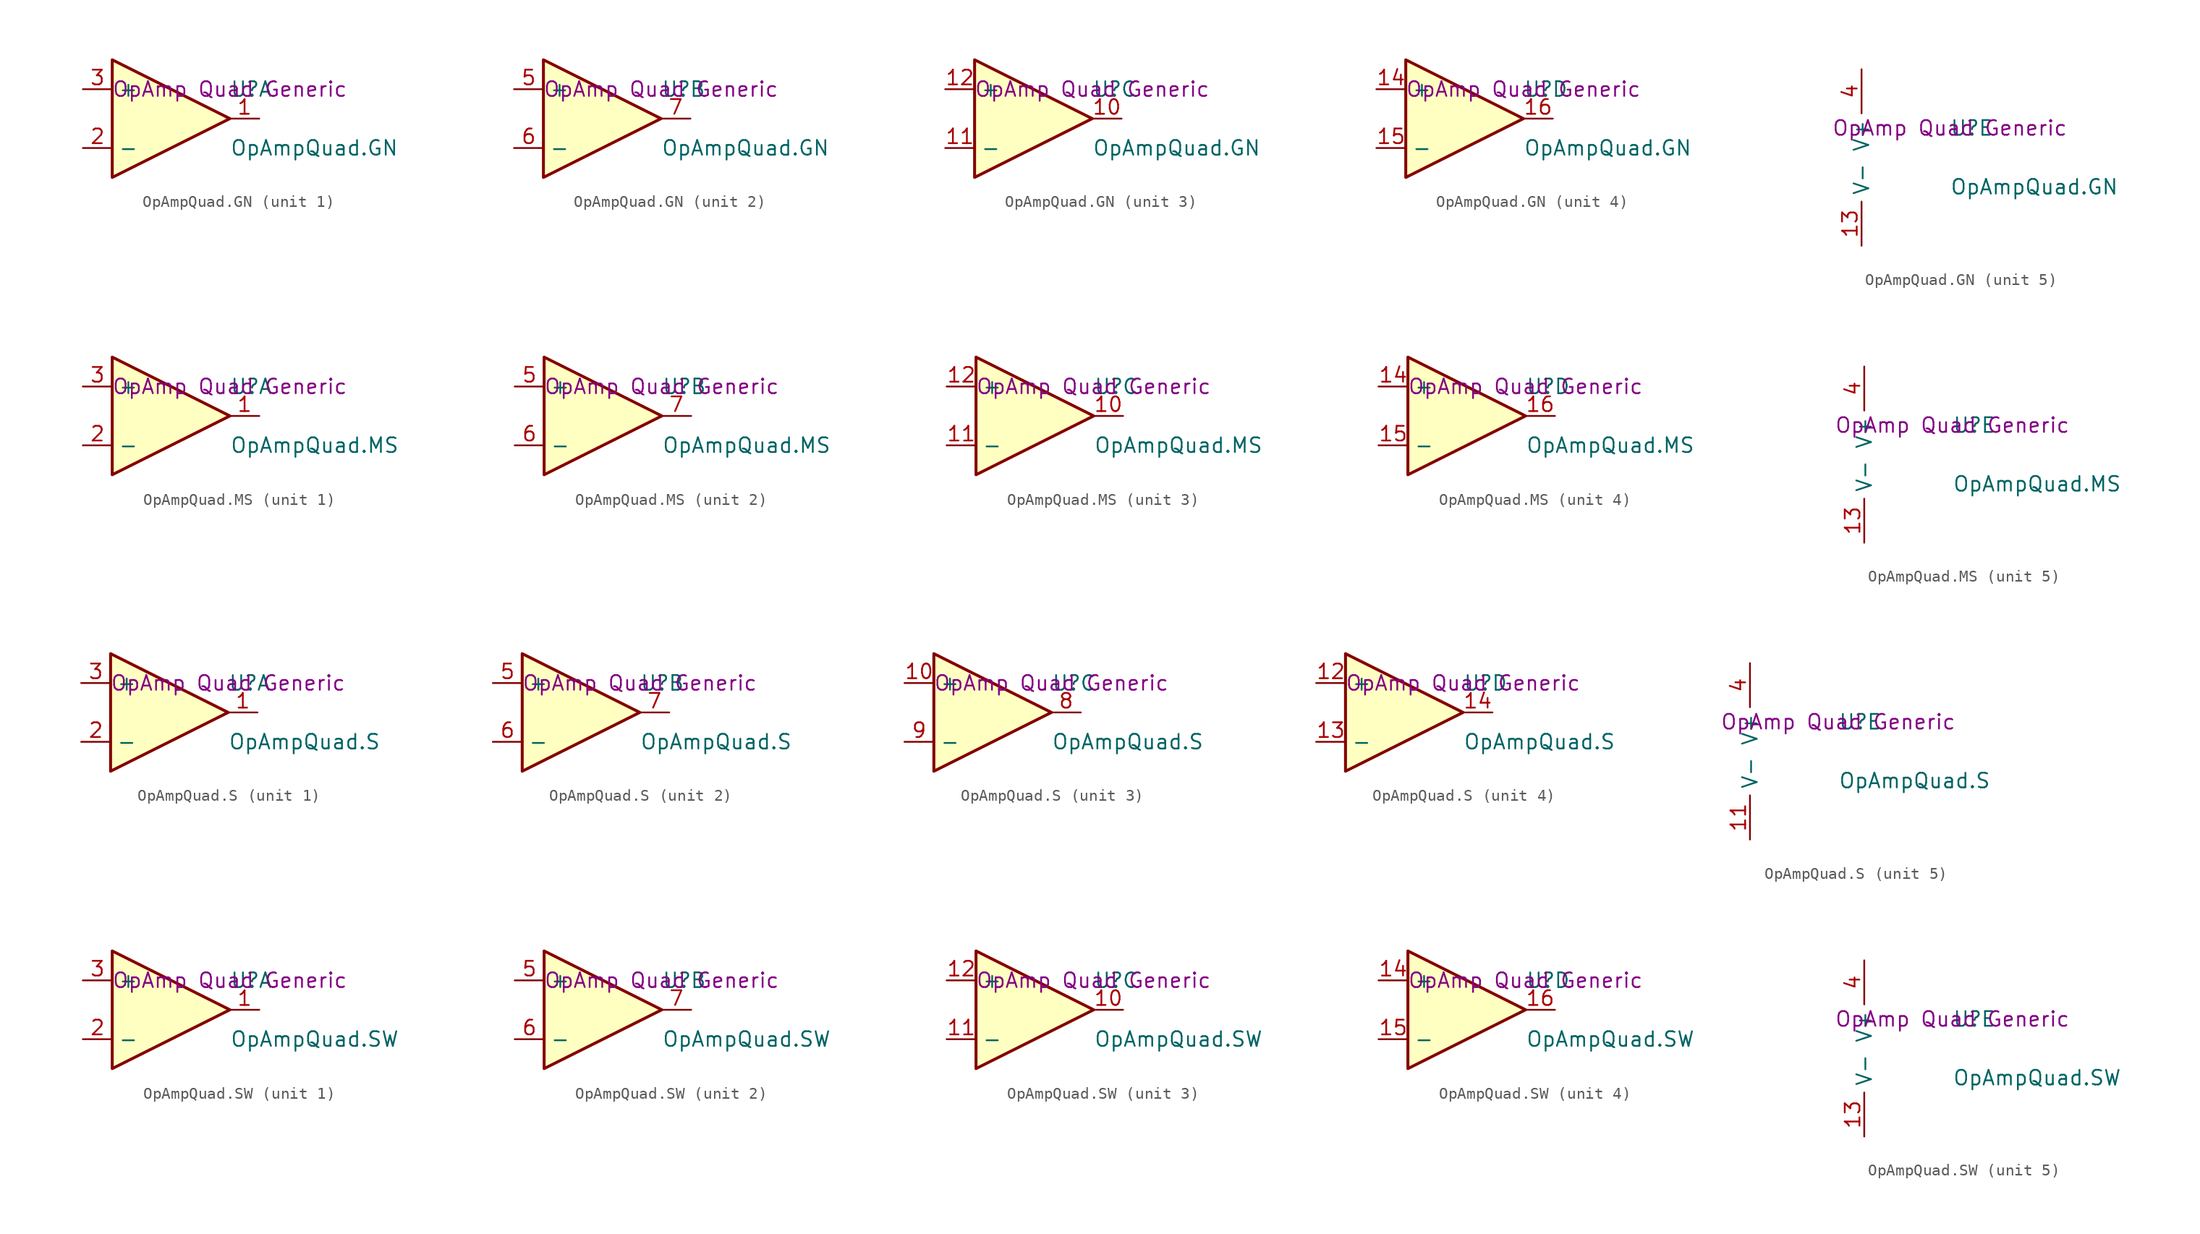
<source format=kicad_sym>
(kicad_symbol_lib
  (version 20201005)
  (generator kicad_symbol_editor)
  (symbol "OpAmpQuad.GN"
    (property "Reference" "U"
      (at 5.08 2.54 0)
      (effects (font (size 1.27 1.27)) (justify left)))
    (property "Value" "OpAmpQuad.GN"
      (at 5.08 -2.54 0)
      (effects (font (size 1.27 1.27)) (justify left)))
    (property "Datasheet" "OpAmp Quad Generic"
      (at 5.08 2.54 0)
      (effects (font (size 1.27 1.27))))
    (property "ki_locked" ""
      (at 0 0 0)
      (effects (font (size 1.27 1.27))))
    (symbol "OpAmpQuad.GN_1_1"
      (polyline (pts (xy 5.08 0) (xy -5.08 5.08) (xy -5.08 -5.08) (xy 5.08 0)) (stroke (width 0.254)) (fill (type background)))
      (pin output line (at 7.62 0 180) (length 2.54) (name "~" (effects (font (size 1.27 1.27)))) (number "1" (effects (font (size 1.27 1.27)))))
      (pin input line (at -7.62 -2.54 0) (length 2.54) (name "-" (effects (font (size 1.27 1.27)))) (number "2" (effects (font (size 1.27 1.27)))))
      (pin input line (at -7.62 2.54 0) (length 2.54) (name "+" (effects (font (size 1.27 1.27)))) (number "3" (effects (font (size 1.27 1.27))))))
    (symbol "OpAmpQuad.GN_2_1"
      (polyline (pts (xy 5.08 0) (xy -5.08 5.08) (xy -5.08 -5.08) (xy 5.08 0)) (stroke (width 0.254)) (fill (type background)))
      (pin input line (at -7.62 2.54 0) (length 2.54) (name "+" (effects (font (size 1.27 1.27)))) (number "5" (effects (font (size 1.27 1.27)))))
      (pin input line (at -7.62 -2.54 0) (length 2.54) (name "-" (effects (font (size 1.27 1.27)))) (number "6" (effects (font (size 1.27 1.27)))))
      (pin output line (at 7.62 0 180) (length 2.54) (name "~" (effects (font (size 1.27 1.27)))) (number "7" (effects (font (size 1.27 1.27))))))
    (symbol "OpAmpQuad.GN_3_1"
      (polyline (pts (xy 5.08 0) (xy -5.08 5.08) (xy -5.08 -5.08) (xy 5.08 0)) (stroke (width 0.254)) (fill (type background)))
      (pin output line (at 7.62 0 180) (length 2.54) (name "~" (effects (font (size 1.27 1.27)))) (number "10" (effects (font (size 1.27 1.27)))))
      (pin input line (at -7.62 -2.54 0) (length 2.54) (name "-" (effects (font (size 1.27 1.27)))) (number "11" (effects (font (size 1.27 1.27)))))
      (pin input line (at -7.62 2.54 0) (length 2.54) (name "+" (effects (font (size 1.27 1.27)))) (number "12" (effects (font (size 1.27 1.27))))))
    (symbol "OpAmpQuad.GN_4_1"
      (polyline (pts (xy 5.08 0) (xy -5.08 5.08) (xy -5.08 -5.08) (xy 5.08 0)) (stroke (width 0.254)) (fill (type background)))
      (pin input line (at -7.62 2.54 0) (length 2.54) (name "+" (effects (font (size 1.27 1.27)))) (number "14" (effects (font (size 1.27 1.27)))))
      (pin input line (at -7.62 -2.54 0) (length 2.54) (name "-" (effects (font (size 1.27 1.27)))) (number "15" (effects (font (size 1.27 1.27)))))
      (pin output line (at 7.62 0 180) (length 2.54) (name "~" (effects (font (size 1.27 1.27)))) (number "16" (effects (font (size 1.27 1.27))))))
    (symbol "OpAmpQuad.GN_5_1"
      (pin power_in line (at -2.54 7.62 270) (length 3.81) (name "V+" (effects (font (size 1.27 1.27)))) (number "4" (effects (font (size 1.27 1.27)))))
      (pin unconnected line (at -7.62 2.54 0) (length 2.54) hide (name "NC" (effects (font (size 1.27 1.27)))) (number "8" (effects (font (size 1.27 1.27)))))
      (pin unconnected line (at -7.62 -2.54 0) (length 2.54) hide (name "NC" (effects (font (size 1.27 1.27)))) (number "9" (effects (font (size 1.27 1.27)))))
      (pin power_in line (at -2.54 -7.62 90) (length 3.81) (name "V-" (effects (font (size 1.27 1.27)))) (number "13" (effects (font (size 1.27 1.27)))))))
  (symbol "OpAmpQuad.MS"
    (property "Reference" "U"
      (at 5.08 2.54 0)
      (effects (font (size 1.27 1.27)) (justify left)))
    (property "Value" "OpAmpQuad.MS"
      (at 5.08 -2.54 0)
      (effects (font (size 1.27 1.27)) (justify left)))
    (property "Datasheet" "OpAmp Quad Generic"
      (at 5.08 2.54 0)
      (effects (font (size 1.27 1.27))))
    (property "ki_locked" ""
      (at 0 0 0)
      (effects (font (size 1.27 1.27))))
    (symbol "OpAmpQuad.MS_1_1"
      (polyline (pts (xy 5.08 0) (xy -5.08 5.08) (xy -5.08 -5.08) (xy 5.08 0)) (stroke (width 0.254)) (fill (type background)))
      (pin output line (at 7.62 0 180) (length 2.54) (name "~" (effects (font (size 1.27 1.27)))) (number "1" (effects (font (size 1.27 1.27)))))
      (pin input line (at -7.62 -2.54 0) (length 2.54) (name "-" (effects (font (size 1.27 1.27)))) (number "2" (effects (font (size 1.27 1.27)))))
      (pin input line (at -7.62 2.54 0) (length 2.54) (name "+" (effects (font (size 1.27 1.27)))) (number "3" (effects (font (size 1.27 1.27))))))
    (symbol "OpAmpQuad.MS_2_1"
      (polyline (pts (xy 5.08 0) (xy -5.08 5.08) (xy -5.08 -5.08) (xy 5.08 0)) (stroke (width 0.254)) (fill (type background)))
      (pin input line (at -7.62 2.54 0) (length 2.54) (name "+" (effects (font (size 1.27 1.27)))) (number "5" (effects (font (size 1.27 1.27)))))
      (pin input line (at -7.62 -2.54 0) (length 2.54) (name "-" (effects (font (size 1.27 1.27)))) (number "6" (effects (font (size 1.27 1.27)))))
      (pin output line (at 7.62 0 180) (length 2.54) (name "~" (effects (font (size 1.27 1.27)))) (number "7" (effects (font (size 1.27 1.27))))))
    (symbol "OpAmpQuad.MS_3_1"
      (polyline (pts (xy 5.08 0) (xy -5.08 5.08) (xy -5.08 -5.08) (xy 5.08 0)) (stroke (width 0.254)) (fill (type background)))
      (pin output line (at 7.62 0 180) (length 2.54) (name "~" (effects (font (size 1.27 1.27)))) (number "10" (effects (font (size 1.27 1.27)))))
      (pin input line (at -7.62 -2.54 0) (length 2.54) (name "-" (effects (font (size 1.27 1.27)))) (number "11" (effects (font (size 1.27 1.27)))))
      (pin input line (at -7.62 2.54 0) (length 2.54) (name "+" (effects (font (size 1.27 1.27)))) (number "12" (effects (font (size 1.27 1.27))))))
    (symbol "OpAmpQuad.MS_4_1"
      (polyline (pts (xy 5.08 0) (xy -5.08 5.08) (xy -5.08 -5.08) (xy 5.08 0)) (stroke (width 0.254)) (fill (type background)))
      (pin input line (at -7.62 2.54 0) (length 2.54) (name "+" (effects (font (size 1.27 1.27)))) (number "14" (effects (font (size 1.27 1.27)))))
      (pin input line (at -7.62 -2.54 0) (length 2.54) (name "-" (effects (font (size 1.27 1.27)))) (number "15" (effects (font (size 1.27 1.27)))))
      (pin output line (at 7.62 0 180) (length 2.54) (name "~" (effects (font (size 1.27 1.27)))) (number "16" (effects (font (size 1.27 1.27))))))
    (symbol "OpAmpQuad.MS_5_1"
      (pin power_in line (at -2.54 7.62 270) (length 3.81) (name "V+" (effects (font (size 1.27 1.27)))) (number "4" (effects (font (size 1.27 1.27)))))
      (pin unconnected line (at -7.62 2.54 0) (length 2.54) hide (name "NC" (effects (font (size 1.27 1.27)))) (number "8" (effects (font (size 1.27 1.27)))))
      (pin unconnected line (at -7.62 -2.54 0) (length 2.54) hide (name "NC" (effects (font (size 1.27 1.27)))) (number "9" (effects (font (size 1.27 1.27)))))
      (pin power_in line (at -2.54 -7.62 90) (length 3.81) (name "V-" (effects (font (size 1.27 1.27)))) (number "13" (effects (font (size 1.27 1.27)))))))
  (symbol "OpAmpQuad.S"
    (property "Reference" "U"
      (at 5.08 2.54 0)
      (effects (font (size 1.27 1.27)) (justify left)))
    (property "Value" "OpAmpQuad.S"
      (at 5.08 -2.54 0)
      (effects (font (size 1.27 1.27)) (justify left)))
    (property "Datasheet" "OpAmp Quad Generic"
      (at 5.08 2.54 0)
      (effects (font (size 1.27 1.27))))
    (property "ki_locked" ""
      (at 0 0 0)
      (effects (font (size 1.27 1.27))))
    (symbol "OpAmpQuad.S_1_1"
      (polyline (pts (xy 5.08 0) (xy -5.08 5.08) (xy -5.08 -5.08) (xy 5.08 0)) (stroke (width 0.254)) (fill (type background)))
      (pin output line (at 7.62 0 180) (length 2.54) (name "~" (effects (font (size 1.27 1.27)))) (number "1" (effects (font (size 1.27 1.27)))))
      (pin input line (at -7.62 -2.54 0) (length 2.54) (name "-" (effects (font (size 1.27 1.27)))) (number "2" (effects (font (size 1.27 1.27)))))
      (pin input line (at -7.62 2.54 0) (length 2.54) (name "+" (effects (font (size 1.27 1.27)))) (number "3" (effects (font (size 1.27 1.27))))))
    (symbol "OpAmpQuad.S_2_1"
      (polyline (pts (xy 5.08 0) (xy -5.08 5.08) (xy -5.08 -5.08) (xy 5.08 0)) (stroke (width 0.254)) (fill (type background)))
      (pin input line (at -7.62 2.54 0) (length 2.54) (name "+" (effects (font (size 1.27 1.27)))) (number "5" (effects (font (size 1.27 1.27)))))
      (pin input line (at -7.62 -2.54 0) (length 2.54) (name "-" (effects (font (size 1.27 1.27)))) (number "6" (effects (font (size 1.27 1.27)))))
      (pin output line (at 7.62 0 180) (length 2.54) (name "~" (effects (font (size 1.27 1.27)))) (number "7" (effects (font (size 1.27 1.27))))))
    (symbol "OpAmpQuad.S_3_1"
      (polyline (pts (xy 5.08 0) (xy -5.08 5.08) (xy -5.08 -5.08) (xy 5.08 0)) (stroke (width 0.254)) (fill (type background)))
      (pin output line (at 7.62 0 180) (length 2.54) (name "~" (effects (font (size 1.27 1.27)))) (number "8" (effects (font (size 1.27 1.27)))))
      (pin input line (at -7.62 -2.54 0) (length 2.54) (name "-" (effects (font (size 1.27 1.27)))) (number "9" (effects (font (size 1.27 1.27)))))
      (pin input line (at -7.62 2.54 0) (length 2.54) (name "+" (effects (font (size 1.27 1.27)))) (number "10" (effects (font (size 1.27 1.27))))))
    (symbol "OpAmpQuad.S_4_1"
      (polyline (pts (xy 5.08 0) (xy -5.08 5.08) (xy -5.08 -5.08) (xy 5.08 0)) (stroke (width 0.254)) (fill (type background)))
      (pin input line (at -7.62 2.54 0) (length 2.54) (name "+" (effects (font (size 1.27 1.27)))) (number "12" (effects (font (size 1.27 1.27)))))
      (pin input line (at -7.62 -2.54 0) (length 2.54) (name "-" (effects (font (size 1.27 1.27)))) (number "13" (effects (font (size 1.27 1.27)))))
      (pin output line (at 7.62 0 180) (length 2.54) (name "~" (effects (font (size 1.27 1.27)))) (number "14" (effects (font (size 1.27 1.27))))))
    (symbol "OpAmpQuad.S_5_1"
      (pin power_in line (at -2.54 7.62 270) (length 3.81) (name "V+" (effects (font (size 1.27 1.27)))) (number "4" (effects (font (size 1.27 1.27)))))
      (pin power_in line (at -2.54 -7.62 90) (length 3.81) (name "V-" (effects (font (size 1.27 1.27)))) (number "11" (effects (font (size 1.27 1.27)))))))
  (symbol "OpAmpQuad.SW"
    (property "Reference" "U"
      (at 5.08 2.54 0)
      (effects (font (size 1.27 1.27)) (justify left)))
    (property "Value" "OpAmpQuad.SW"
      (at 5.08 -2.54 0)
      (effects (font (size 1.27 1.27)) (justify left)))
    (property "Datasheet" "OpAmp Quad Generic"
      (at 5.08 2.54 0)
      (effects (font (size 1.27 1.27))))
    (property "ki_locked" ""
      (at 0 0 0)
      (effects (font (size 1.27 1.27))))
    (symbol "OpAmpQuad.SW_1_1"
      (polyline (pts (xy 5.08 0) (xy -5.08 5.08) (xy -5.08 -5.08) (xy 5.08 0)) (stroke (width 0.254)) (fill (type background)))
      (pin output line (at 7.62 0 180) (length 2.54) (name "~" (effects (font (size 1.27 1.27)))) (number "1" (effects (font (size 1.27 1.27)))))
      (pin input line (at -7.62 -2.54 0) (length 2.54) (name "-" (effects (font (size 1.27 1.27)))) (number "2" (effects (font (size 1.27 1.27)))))
      (pin input line (at -7.62 2.54 0) (length 2.54) (name "+" (effects (font (size 1.27 1.27)))) (number "3" (effects (font (size 1.27 1.27))))))
    (symbol "OpAmpQuad.SW_2_1"
      (polyline (pts (xy 5.08 0) (xy -5.08 5.08) (xy -5.08 -5.08) (xy 5.08 0)) (stroke (width 0.254)) (fill (type background)))
      (pin input line (at -7.62 2.54 0) (length 2.54) (name "+" (effects (font (size 1.27 1.27)))) (number "5" (effects (font (size 1.27 1.27)))))
      (pin input line (at -7.62 -2.54 0) (length 2.54) (name "-" (effects (font (size 1.27 1.27)))) (number "6" (effects (font (size 1.27 1.27)))))
      (pin output line (at 7.62 0 180) (length 2.54) (name "~" (effects (font (size 1.27 1.27)))) (number "7" (effects (font (size 1.27 1.27))))))
    (symbol "OpAmpQuad.SW_3_1"
      (polyline (pts (xy 5.08 0) (xy -5.08 5.08) (xy -5.08 -5.08) (xy 5.08 0)) (stroke (width 0.254)) (fill (type background)))
      (pin output line (at 7.62 0 180) (length 2.54) (name "~" (effects (font (size 1.27 1.27)))) (number "10" (effects (font (size 1.27 1.27)))))
      (pin input line (at -7.62 -2.54 0) (length 2.54) (name "-" (effects (font (size 1.27 1.27)))) (number "11" (effects (font (size 1.27 1.27)))))
      (pin input line (at -7.62 2.54 0) (length 2.54) (name "+" (effects (font (size 1.27 1.27)))) (number "12" (effects (font (size 1.27 1.27))))))
    (symbol "OpAmpQuad.SW_4_1"
      (polyline (pts (xy 5.08 0) (xy -5.08 5.08) (xy -5.08 -5.08) (xy 5.08 0)) (stroke (width 0.254)) (fill (type background)))
      (pin input line (at -7.62 2.54 0) (length 2.54) (name "+" (effects (font (size 1.27 1.27)))) (number "14" (effects (font (size 1.27 1.27)))))
      (pin input line (at -7.62 -2.54 0) (length 2.54) (name "-" (effects (font (size 1.27 1.27)))) (number "15" (effects (font (size 1.27 1.27)))))
      (pin output line (at 7.62 0 180) (length 2.54) (name "~" (effects (font (size 1.27 1.27)))) (number "16" (effects (font (size 1.27 1.27))))))
    (symbol "OpAmpQuad.SW_5_1"
      (pin power_in line (at -2.54 7.62 270) (length 3.81) (name "V+" (effects (font (size 1.27 1.27)))) (number "4" (effects (font (size 1.27 1.27)))))
      (pin unconnected line (at -7.62 2.54 0) (length 2.54) hide (name "NC" (effects (font (size 1.27 1.27)))) (number "8" (effects (font (size 1.27 1.27)))))
      (pin unconnected line (at -7.62 -2.54 0) (length 2.54) hide (name "NC" (effects (font (size 1.27 1.27)))) (number "9" (effects (font (size 1.27 1.27)))))
      (pin power_in line (at -2.54 -7.62 90) (length 3.81) (name "V-" (effects (font (size 1.27 1.27)))) (number "13" (effects (font (size 1.27 1.27))))))))
</source>
